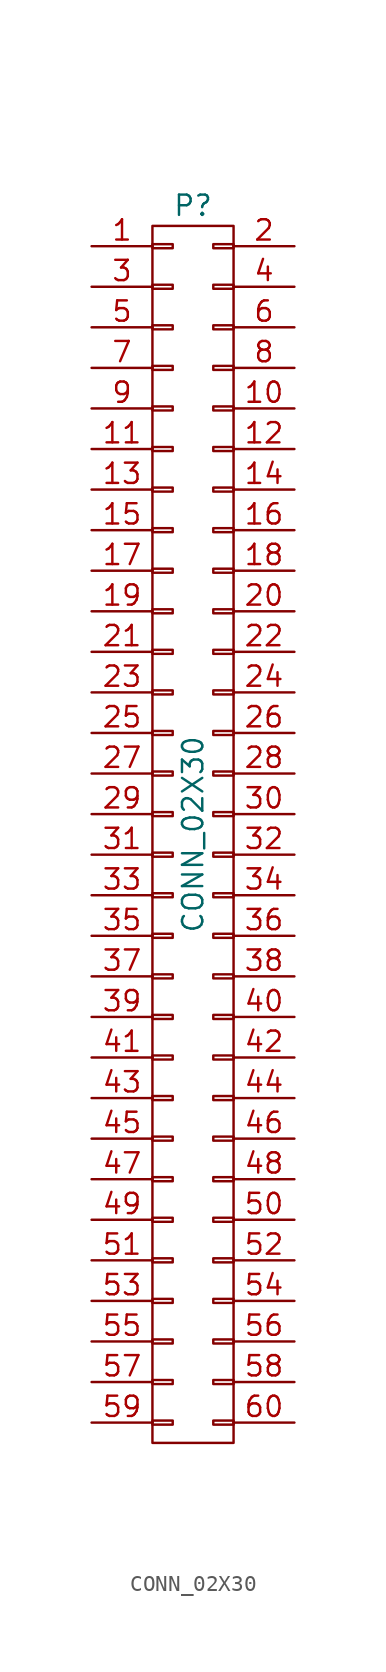
<source format=kicad_sym>
(kicad_symbol_lib
  (version 20231120)
  (generator "kicad_symbol_editor")
  (generator_version "8.0")
  (symbol "CONN_02X30"
    (pin_names
      (offset 0.025) hide)
    (property "Reference" "P"
      (at 0 39.37 0)
      (effects (font (size 1.27 1.27))))
    (property "Value" "CONN_02X30"
      (at 0 0 90)
      (effects (font (size 1.27 1.27))))
    (property "Footprint" ""
      (at 0 -12.7 0)
      (effects (font (size 1.27 1.27))))
    (property "Datasheet" ""
      (at 0 -12.7 0)
      (effects (font (size 1.27 1.27))))
    (symbol "CONN_02X30_0_1"
      (rectangle (start -2.54 -36.703) (end -1.27 -36.957) (stroke (width 0) (type solid)) (fill (type none)))
      (rectangle (start -2.54 -34.163) (end -1.27 -34.417) (stroke (width 0) (type solid)) (fill (type none)))
      (rectangle (start -2.54 -31.623) (end -1.27 -31.877) (stroke (width 0) (type solid)) (fill (type none)))
      (rectangle (start -2.54 -29.083) (end -1.27 -29.337) (stroke (width 0) (type solid)) (fill (type none)))
      (rectangle (start -2.54 -26.543) (end -1.27 -26.797) (stroke (width 0) (type solid)) (fill (type none)))
      (rectangle (start -2.54 -24.003) (end -1.27 -24.257) (stroke (width 0) (type solid)) (fill (type none)))
      (rectangle (start -2.54 -21.463) (end -1.27 -21.717) (stroke (width 0) (type solid)) (fill (type none)))
      (rectangle (start -2.54 -18.923) (end -1.27 -19.177) (stroke (width 0) (type solid)) (fill (type none)))
      (rectangle (start -2.54 -16.383) (end -1.27 -16.637) (stroke (width 0) (type solid)) (fill (type none)))
      (rectangle (start -2.54 -13.843) (end -1.27 -14.097) (stroke (width 0) (type solid)) (fill (type none)))
      (rectangle (start -2.54 -11.303) (end -1.27 -11.557) (stroke (width 0) (type solid)) (fill (type none)))
      (rectangle (start -2.54 -8.763) (end -1.27 -9.017) (stroke (width 0) (type solid)) (fill (type none)))
      (rectangle (start -2.54 -6.223) (end -1.27 -6.477) (stroke (width 0) (type solid)) (fill (type none)))
      (rectangle (start -2.54 -3.683) (end -1.27 -3.937) (stroke (width 0) (type solid)) (fill (type none)))
      (rectangle (start -2.54 -1.143) (end -1.27 -1.397) (stroke (width 0) (type solid)) (fill (type none)))
      (rectangle (start -2.54 1.397) (end -1.27 1.143) (stroke (width 0) (type solid)) (fill (type none)))
      (rectangle (start -2.54 3.937) (end -1.27 3.683) (stroke (width 0) (type solid)) (fill (type none)))
      (rectangle (start -2.54 6.477) (end -1.27 6.223) (stroke (width 0) (type solid)) (fill (type none)))
      (rectangle (start -2.54 9.017) (end -1.27 8.763) (stroke (width 0) (type solid)) (fill (type none)))
      (rectangle (start -2.54 11.557) (end -1.27 11.303) (stroke (width 0) (type solid)) (fill (type none)))
      (rectangle (start -2.54 14.097) (end -1.27 13.843) (stroke (width 0) (type solid)) (fill (type none)))
      (rectangle (start -2.54 16.637) (end -1.27 16.383) (stroke (width 0) (type solid)) (fill (type none)))
      (rectangle (start -2.54 19.177) (end -1.27 18.923) (stroke (width 0) (type solid)) (fill (type none)))
      (rectangle (start -2.54 21.717) (end -1.27 21.463) (stroke (width 0) (type solid)) (fill (type none)))
      (rectangle (start -2.54 24.257) (end -1.27 24.003) (stroke (width 0) (type solid)) (fill (type none)))
      (rectangle (start -2.54 26.797) (end -1.27 26.543) (stroke (width 0) (type solid)) (fill (type none)))
      (rectangle (start -2.54 29.337) (end -1.27 29.083) (stroke (width 0) (type solid)) (fill (type none)))
      (rectangle (start -2.54 31.877) (end -1.27 31.623) (stroke (width 0) (type solid)) (fill (type none)))
      (rectangle (start -2.54 34.417) (end -1.27 34.163) (stroke (width 0) (type solid)) (fill (type none)))
      (rectangle (start -2.54 36.957) (end -1.27 36.703) (stroke (width 0) (type solid)) (fill (type none)))
      (rectangle (start -2.54 38.1) (end 2.54 -38.1) (stroke (width 0) (type solid)) (fill (type none)))
      (rectangle (start 1.27 -36.703) (end 2.54 -36.957) (stroke (width 0) (type solid)) (fill (type none)))
      (rectangle (start 1.27 -34.163) (end 2.54 -34.417) (stroke (width 0) (type solid)) (fill (type none)))
      (rectangle (start 1.27 -31.623) (end 2.54 -31.877) (stroke (width 0) (type solid)) (fill (type none)))
      (rectangle (start 1.27 -29.083) (end 2.54 -29.337) (stroke (width 0) (type solid)) (fill (type none)))
      (rectangle (start 1.27 -26.543) (end 2.54 -26.797) (stroke (width 0) (type solid)) (fill (type none)))
      (rectangle (start 1.27 -24.003) (end 2.54 -24.257) (stroke (width 0) (type solid)) (fill (type none)))
      (rectangle (start 1.27 -21.463) (end 2.54 -21.717) (stroke (width 0) (type solid)) (fill (type none)))
      (rectangle (start 1.27 -18.923) (end 2.54 -19.177) (stroke (width 0) (type solid)) (fill (type none)))
      (rectangle (start 1.27 -16.383) (end 2.54 -16.637) (stroke (width 0) (type solid)) (fill (type none)))
      (rectangle (start 1.27 -13.843) (end 2.54 -14.097) (stroke (width 0) (type solid)) (fill (type none)))
      (rectangle (start 1.27 -11.303) (end 2.54 -11.557) (stroke (width 0) (type solid)) (fill (type none)))
      (rectangle (start 1.27 -8.763) (end 2.54 -9.017) (stroke (width 0) (type solid)) (fill (type none)))
      (rectangle (start 1.27 -6.223) (end 2.54 -6.477) (stroke (width 0) (type solid)) (fill (type none)))
      (rectangle (start 1.27 -3.683) (end 2.54 -3.937) (stroke (width 0) (type solid)) (fill (type none)))
      (rectangle (start 1.27 -1.143) (end 2.54 -1.397) (stroke (width 0) (type solid)) (fill (type none)))
      (rectangle (start 1.27 1.397) (end 2.54 1.143) (stroke (width 0) (type solid)) (fill (type none)))
      (rectangle (start 1.27 3.937) (end 2.54 3.683) (stroke (width 0) (type solid)) (fill (type none)))
      (rectangle (start 1.27 6.477) (end 2.54 6.223) (stroke (width 0) (type solid)) (fill (type none)))
      (rectangle (start 1.27 9.017) (end 2.54 8.763) (stroke (width 0) (type solid)) (fill (type none)))
      (rectangle (start 1.27 11.557) (end 2.54 11.303) (stroke (width 0) (type solid)) (fill (type none)))
      (rectangle (start 1.27 14.097) (end 2.54 13.843) (stroke (width 0) (type solid)) (fill (type none)))
      (rectangle (start 1.27 16.637) (end 2.54 16.383) (stroke (width 0) (type solid)) (fill (type none)))
      (rectangle (start 1.27 19.177) (end 2.54 18.923) (stroke (width 0) (type solid)) (fill (type none)))
      (rectangle (start 1.27 21.717) (end 2.54 21.463) (stroke (width 0) (type solid)) (fill (type none)))
      (rectangle (start 1.27 24.257) (end 2.54 24.003) (stroke (width 0) (type solid)) (fill (type none)))
      (rectangle (start 1.27 26.797) (end 2.54 26.543) (stroke (width 0) (type solid)) (fill (type none)))
      (rectangle (start 1.27 29.337) (end 2.54 29.083) (stroke (width 0) (type solid)) (fill (type none)))
      (rectangle (start 1.27 31.877) (end 2.54 31.623) (stroke (width 0) (type solid)) (fill (type none)))
      (rectangle (start 1.27 34.417) (end 2.54 34.163) (stroke (width 0) (type solid)) (fill (type none)))
      (rectangle (start 1.27 36.957) (end 2.54 36.703) (stroke (width 0) (type solid)) (fill (type none))))
    (symbol "CONN_02X30_1_1"
      (pin passive line (at -6.35 36.83 0) (length 3.81) (name "P1" (effects (font (size 1.27 1.27)))) (number "1" (effects (font (size 1.27 1.27)))))
      (pin passive line (at 6.35 26.67 180) (length 3.81) (name "P10" (effects (font (size 1.27 1.27)))) (number "10" (effects (font (size 1.27 1.27)))))
      (pin passive line (at -6.35 24.13 0) (length 3.81) (name "P11" (effects (font (size 1.27 1.27)))) (number "11" (effects (font (size 1.27 1.27)))))
      (pin passive line (at 6.35 24.13 180) (length 3.81) (name "P12" (effects (font (size 1.27 1.27)))) (number "12" (effects (font (size 1.27 1.27)))))
      (pin passive line (at -6.35 21.59 0) (length 3.81) (name "P13" (effects (font (size 1.27 1.27)))) (number "13" (effects (font (size 1.27 1.27)))))
      (pin passive line (at 6.35 21.59 180) (length 3.81) (name "P14" (effects (font (size 1.27 1.27)))) (number "14" (effects (font (size 1.27 1.27)))))
      (pin passive line (at -6.35 19.05 0) (length 3.81) (name "P15" (effects (font (size 1.27 1.27)))) (number "15" (effects (font (size 1.27 1.27)))))
      (pin passive line (at 6.35 19.05 180) (length 3.81) (name "P16" (effects (font (size 1.27 1.27)))) (number "16" (effects (font (size 1.27 1.27)))))
      (pin passive line (at -6.35 16.51 0) (length 3.81) (name "P17" (effects (font (size 1.27 1.27)))) (number "17" (effects (font (size 1.27 1.27)))))
      (pin passive line (at 6.35 16.51 180) (length 3.81) (name "P18" (effects (font (size 1.27 1.27)))) (number "18" (effects (font (size 1.27 1.27)))))
      (pin passive line (at -6.35 13.97 0) (length 3.81) (name "P19" (effects (font (size 1.27 1.27)))) (number "19" (effects (font (size 1.27 1.27)))))
      (pin passive line (at 6.35 36.83 180) (length 3.81) (name "P2" (effects (font (size 1.27 1.27)))) (number "2" (effects (font (size 1.27 1.27)))))
      (pin passive line (at 6.35 13.97 180) (length 3.81) (name "P20" (effects (font (size 1.27 1.27)))) (number "20" (effects (font (size 1.27 1.27)))))
      (pin passive line (at -6.35 11.43 0) (length 3.81) (name "P21" (effects (font (size 1.27 1.27)))) (number "21" (effects (font (size 1.27 1.27)))))
      (pin passive line (at 6.35 11.43 180) (length 3.81) (name "P22" (effects (font (size 1.27 1.27)))) (number "22" (effects (font (size 1.27 1.27)))))
      (pin passive line (at -6.35 8.89 0) (length 3.81) (name "P23" (effects (font (size 1.27 1.27)))) (number "23" (effects (font (size 1.27 1.27)))))
      (pin passive line (at 6.35 8.89 180) (length 3.81) (name "P24" (effects (font (size 1.27 1.27)))) (number "24" (effects (font (size 1.27 1.27)))))
      (pin passive line (at -6.35 6.35 0) (length 3.81) (name "P25" (effects (font (size 1.27 1.27)))) (number "25" (effects (font (size 1.27 1.27)))))
      (pin passive line (at 6.35 6.35 180) (length 3.81) (name "P26" (effects (font (size 1.27 1.27)))) (number "26" (effects (font (size 1.27 1.27)))))
      (pin passive line (at -6.35 3.81 0) (length 3.81) (name "P27" (effects (font (size 1.27 1.27)))) (number "27" (effects (font (size 1.27 1.27)))))
      (pin passive line (at 6.35 3.81 180) (length 3.81) (name "P28" (effects (font (size 1.27 1.27)))) (number "28" (effects (font (size 1.27 1.27)))))
      (pin passive line (at -6.35 1.27 0) (length 3.81) (name "P29" (effects (font (size 1.27 1.27)))) (number "29" (effects (font (size 1.27 1.27)))))
      (pin passive line (at -6.35 34.29 0) (length 3.81) (name "P3" (effects (font (size 1.27 1.27)))) (number "3" (effects (font (size 1.27 1.27)))))
      (pin passive line (at 6.35 1.27 180) (length 3.81) (name "P30" (effects (font (size 1.27 1.27)))) (number "30" (effects (font (size 1.27 1.27)))))
      (pin passive line (at -6.35 -1.27 0) (length 3.81) (name "P31" (effects (font (size 1.27 1.27)))) (number "31" (effects (font (size 1.27 1.27)))))
      (pin passive line (at 6.35 -1.27 180) (length 3.81) (name "P32" (effects (font (size 1.27 1.27)))) (number "32" (effects (font (size 1.27 1.27)))))
      (pin passive line (at -6.35 -3.81 0) (length 3.81) (name "P33" (effects (font (size 1.27 1.27)))) (number "33" (effects (font (size 1.27 1.27)))))
      (pin passive line (at 6.35 -3.81 180) (length 3.81) (name "P34" (effects (font (size 1.27 1.27)))) (number "34" (effects (font (size 1.27 1.27)))))
      (pin passive line (at -6.35 -6.35 0) (length 3.81) (name "P35" (effects (font (size 1.27 1.27)))) (number "35" (effects (font (size 1.27 1.27)))))
      (pin passive line (at 6.35 -6.35 180) (length 3.81) (name "P36" (effects (font (size 1.27 1.27)))) (number "36" (effects (font (size 1.27 1.27)))))
      (pin passive line (at -6.35 -8.89 0) (length 3.81) (name "P37" (effects (font (size 1.27 1.27)))) (number "37" (effects (font (size 1.27 1.27)))))
      (pin passive line (at 6.35 -8.89 180) (length 3.81) (name "P38" (effects (font (size 1.27 1.27)))) (number "38" (effects (font (size 1.27 1.27)))))
      (pin passive line (at -6.35 -11.43 0) (length 3.81) (name "P39" (effects (font (size 1.27 1.27)))) (number "39" (effects (font (size 1.27 1.27)))))
      (pin passive line (at 6.35 34.29 180) (length 3.81) (name "P4" (effects (font (size 1.27 1.27)))) (number "4" (effects (font (size 1.27 1.27)))))
      (pin passive line (at 6.35 -11.43 180) (length 3.81) (name "P40" (effects (font (size 1.27 1.27)))) (number "40" (effects (font (size 1.27 1.27)))))
      (pin passive line (at -6.35 -13.97 0) (length 3.81) (name "P41" (effects (font (size 1.27 1.27)))) (number "41" (effects (font (size 1.27 1.27)))))
      (pin passive line (at 6.35 -13.97 180) (length 3.81) (name "P42" (effects (font (size 1.27 1.27)))) (number "42" (effects (font (size 1.27 1.27)))))
      (pin passive line (at -6.35 -16.51 0) (length 3.81) (name "P43" (effects (font (size 1.27 1.27)))) (number "43" (effects (font (size 1.27 1.27)))))
      (pin passive line (at 6.35 -16.51 180) (length 3.81) (name "P44" (effects (font (size 1.27 1.27)))) (number "44" (effects (font (size 1.27 1.27)))))
      (pin passive line (at -6.35 -19.05 0) (length 3.81) (name "P45" (effects (font (size 1.27 1.27)))) (number "45" (effects (font (size 1.27 1.27)))))
      (pin passive line (at 6.35 -19.05 180) (length 3.81) (name "P46" (effects (font (size 1.27 1.27)))) (number "46" (effects (font (size 1.27 1.27)))))
      (pin passive line (at -6.35 -21.59 0) (length 3.81) (name "P47" (effects (font (size 1.27 1.27)))) (number "47" (effects (font (size 1.27 1.27)))))
      (pin passive line (at 6.35 -21.59 180) (length 3.81) (name "P48" (effects (font (size 1.27 1.27)))) (number "48" (effects (font (size 1.27 1.27)))))
      (pin passive line (at -6.35 -24.13 0) (length 3.81) (name "P49" (effects (font (size 1.27 1.27)))) (number "49" (effects (font (size 1.27 1.27)))))
      (pin passive line (at -6.35 31.75 0) (length 3.81) (name "P5" (effects (font (size 1.27 1.27)))) (number "5" (effects (font (size 1.27 1.27)))))
      (pin passive line (at 6.35 -24.13 180) (length 3.81) (name "P50" (effects (font (size 1.27 1.27)))) (number "50" (effects (font (size 1.27 1.27)))))
      (pin passive line (at -6.35 -26.67 0) (length 3.81) (name "P51" (effects (font (size 1.27 1.27)))) (number "51" (effects (font (size 1.27 1.27)))))
      (pin passive line (at 6.35 -26.67 180) (length 3.81) (name "P52" (effects (font (size 1.27 1.27)))) (number "52" (effects (font (size 1.27 1.27)))))
      (pin passive line (at -6.35 -29.21 0) (length 3.81) (name "P53" (effects (font (size 1.27 1.27)))) (number "53" (effects (font (size 1.27 1.27)))))
      (pin passive line (at 6.35 -29.21 180) (length 3.81) (name "P54" (effects (font (size 1.27 1.27)))) (number "54" (effects (font (size 1.27 1.27)))))
      (pin passive line (at -6.35 -31.75 0) (length 3.81) (name "P55" (effects (font (size 1.27 1.27)))) (number "55" (effects (font (size 1.27 1.27)))))
      (pin passive line (at 6.35 -31.75 180) (length 3.81) (name "P56" (effects (font (size 1.27 1.27)))) (number "56" (effects (font (size 1.27 1.27)))))
      (pin passive line (at -6.35 -34.29 0) (length 3.81) (name "P57" (effects (font (size 1.27 1.27)))) (number "57" (effects (font (size 1.27 1.27)))))
      (pin passive line (at 6.35 -34.29 180) (length 3.81) (name "P58" (effects (font (size 1.27 1.27)))) (number "58" (effects (font (size 1.27 1.27)))))
      (pin passive line (at -6.35 -36.83 0) (length 3.81) (name "P59" (effects (font (size 1.27 1.27)))) (number "59" (effects (font (size 1.27 1.27)))))
      (pin passive line (at 6.35 31.75 180) (length 3.81) (name "P6" (effects (font (size 1.27 1.27)))) (number "6" (effects (font (size 1.27 1.27)))))
      (pin passive line (at 6.35 -36.83 180) (length 3.81) (name "P60" (effects (font (size 1.27 1.27)))) (number "60" (effects (font (size 1.27 1.27)))))
      (pin passive line (at -6.35 29.21 0) (length 3.81) (name "P7" (effects (font (size 1.27 1.27)))) (number "7" (effects (font (size 1.27 1.27)))))
      (pin passive line (at 6.35 29.21 180) (length 3.81) (name "P8" (effects (font (size 1.27 1.27)))) (number "8" (effects (font (size 1.27 1.27)))))
      (pin passive line (at -6.35 26.67 0) (length 3.81) (name "P9" (effects (font (size 1.27 1.27)))) (number "9" (effects (font (size 1.27 1.27))))))))
</source>
